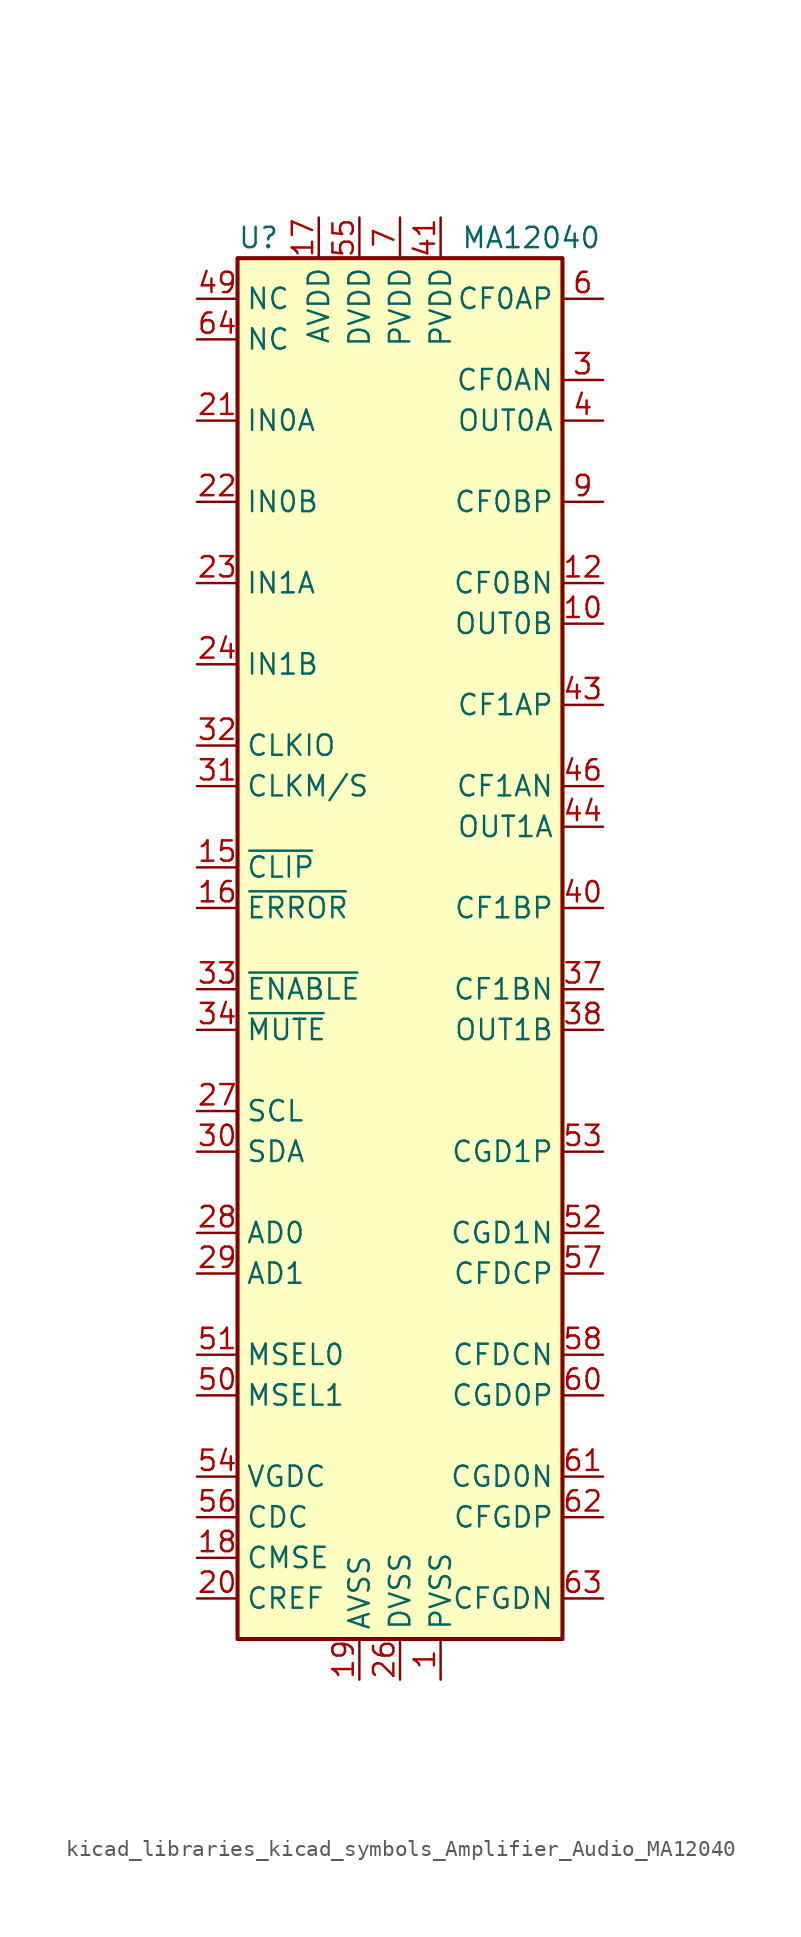
<source format=kicad_sym>
(kicad_symbol_lib
  (version 20220914)
  (generator kicad_symbol_editor)
  (symbol "kicad_libraries_kicad_symbols_Amplifier_Audio_MA12040"
    (property "Reference" "U"
      (at -10.16 44.45 0)
      (effects (font (size 1.27 1.27)) (justify left)))
    (property "Value" "MA12040"
      (at 3.81 44.45 0)
      (effects (font (size 1.27 1.27)) (justify left)))
    (symbol "kicad_libraries_kicad_symbols_Amplifier_Audio_MA12040_0_1"
      (rectangle (start -10.16 -43.18) (end 10.16 43.18) (stroke (width 0.254) (type default)) (fill (type background))))
    (symbol "kicad_libraries_kicad_symbols_Amplifier_Audio_MA12040_1_1"
      (pin power_in line (at 2.54 -45.72 90) (length 2.54) (name "PVSS" (effects (font (size 1.27 1.27)))) (number "1" (effects (font (size 1.27 1.27)))))
      (pin output line (at 12.7 20.32 180) (length 2.54) (name "OUT0B" (effects (font (size 1.27 1.27)))) (number "10" (effects (font (size 1.27 1.27)))))
      (pin passive line (at 12.7 20.32 180) (length 2.54) hide (name "OUT0B" (effects (font (size 1.27 1.27)))) (number "11" (effects (font (size 1.27 1.27)))))
      (pin passive line (at 12.7 22.86 180) (length 2.54) (name "CF0BN" (effects (font (size 1.27 1.27)))) (number "12" (effects (font (size 1.27 1.27)))))
      (pin passive line (at 2.54 -45.72 90) (length 2.54) hide (name "PVSS" (effects (font (size 1.27 1.27)))) (number "13" (effects (font (size 1.27 1.27)))))
      (pin passive line (at 2.54 -45.72 90) (length 2.54) hide (name "PVSS" (effects (font (size 1.27 1.27)))) (number "14" (effects (font (size 1.27 1.27)))))
      (pin output line (at -12.7 5.08 0) (length 2.54) (name "~{CLIP}" (effects (font (size 1.27 1.27)))) (number "15" (effects (font (size 1.27 1.27)))))
      (pin output line (at -12.7 2.54 0) (length 2.54) (name "~{ERROR}" (effects (font (size 1.27 1.27)))) (number "16" (effects (font (size 1.27 1.27)))))
      (pin power_in line (at -5.08 45.72 270) (length 2.54) (name "AVDD" (effects (font (size 1.27 1.27)))) (number "17" (effects (font (size 1.27 1.27)))))
      (pin passive line (at -12.7 -38.1 0) (length 2.54) (name "CMSE" (effects (font (size 1.27 1.27)))) (number "18" (effects (font (size 1.27 1.27)))))
      (pin power_in line (at -2.54 -45.72 90) (length 2.54) (name "AVSS" (effects (font (size 1.27 1.27)))) (number "19" (effects (font (size 1.27 1.27)))))
      (pin passive line (at 2.54 -45.72 90) (length 2.54) hide (name "PVSS" (effects (font (size 1.27 1.27)))) (number "2" (effects (font (size 1.27 1.27)))))
      (pin passive line (at -12.7 -40.64 0) (length 2.54) (name "CREF" (effects (font (size 1.27 1.27)))) (number "20" (effects (font (size 1.27 1.27)))))
      (pin input line (at -12.7 33.02 0) (length 2.54) (name "IN0A" (effects (font (size 1.27 1.27)))) (number "21" (effects (font (size 1.27 1.27)))))
      (pin input line (at -12.7 27.94 0) (length 2.54) (name "IN0B" (effects (font (size 1.27 1.27)))) (number "22" (effects (font (size 1.27 1.27)))))
      (pin input line (at -12.7 22.86 0) (length 2.54) (name "IN1A" (effects (font (size 1.27 1.27)))) (number "23" (effects (font (size 1.27 1.27)))))
      (pin input line (at -12.7 17.78 0) (length 2.54) (name "IN1B" (effects (font (size 1.27 1.27)))) (number "24" (effects (font (size 1.27 1.27)))))
      (pin passive line (at -2.54 -45.72 90) (length 2.54) hide (name "AVSS" (effects (font (size 1.27 1.27)))) (number "25" (effects (font (size 1.27 1.27)))))
      (pin power_in line (at 0 -45.72 90) (length 2.54) (name "DVSS" (effects (font (size 1.27 1.27)))) (number "26" (effects (font (size 1.27 1.27)))))
      (pin input line (at -12.7 -10.16 0) (length 2.54) (name "SCL" (effects (font (size 1.27 1.27)))) (number "27" (effects (font (size 1.27 1.27)))))
      (pin input line (at -12.7 -17.78 0) (length 2.54) (name "AD0" (effects (font (size 1.27 1.27)))) (number "28" (effects (font (size 1.27 1.27)))))
      (pin input line (at -12.7 -20.32 0) (length 2.54) (name "AD1" (effects (font (size 1.27 1.27)))) (number "29" (effects (font (size 1.27 1.27)))))
      (pin passive line (at 12.7 35.56 180) (length 2.54) (name "CF0AN" (effects (font (size 1.27 1.27)))) (number "3" (effects (font (size 1.27 1.27)))))
      (pin bidirectional line (at -12.7 -12.7 0) (length 2.54) (name "SDA" (effects (font (size 1.27 1.27)))) (number "30" (effects (font (size 1.27 1.27)))))
      (pin input line (at -12.7 10.16 0) (length 2.54) (name "CLKM/S" (effects (font (size 1.27 1.27)))) (number "31" (effects (font (size 1.27 1.27)))))
      (pin bidirectional line (at -12.7 12.7 0) (length 2.54) (name "CLKIO" (effects (font (size 1.27 1.27)))) (number "32" (effects (font (size 1.27 1.27)))))
      (pin input line (at -12.7 -2.54 0) (length 2.54) (name "~{ENABLE}" (effects (font (size 1.27 1.27)))) (number "33" (effects (font (size 1.27 1.27)))))
      (pin input line (at -12.7 -5.08 0) (length 2.54) (name "~{MUTE}" (effects (font (size 1.27 1.27)))) (number "34" (effects (font (size 1.27 1.27)))))
      (pin passive line (at 2.54 -45.72 90) (length 2.54) hide (name "PVSS" (effects (font (size 1.27 1.27)))) (number "35" (effects (font (size 1.27 1.27)))))
      (pin passive line (at 2.54 -45.72 90) (length 2.54) hide (name "PVSS" (effects (font (size 1.27 1.27)))) (number "36" (effects (font (size 1.27 1.27)))))
      (pin passive line (at 12.7 -2.54 180) (length 2.54) (name "CF1BN" (effects (font (size 1.27 1.27)))) (number "37" (effects (font (size 1.27 1.27)))))
      (pin output line (at 12.7 -5.08 180) (length 2.54) (name "OUT1B" (effects (font (size 1.27 1.27)))) (number "38" (effects (font (size 1.27 1.27)))))
      (pin passive line (at 12.7 -5.08 180) (length 2.54) hide (name "OUT1B" (effects (font (size 1.27 1.27)))) (number "39" (effects (font (size 1.27 1.27)))))
      (pin output line (at 12.7 33.02 180) (length 2.54) (name "OUT0A" (effects (font (size 1.27 1.27)))) (number "4" (effects (font (size 1.27 1.27)))))
      (pin passive line (at 12.7 2.54 180) (length 2.54) (name "CF1BP" (effects (font (size 1.27 1.27)))) (number "40" (effects (font (size 1.27 1.27)))))
      (pin power_in line (at 2.54 45.72 270) (length 2.54) (name "PVDD" (effects (font (size 1.27 1.27)))) (number "41" (effects (font (size 1.27 1.27)))))
      (pin passive line (at 2.54 45.72 270) (length 2.54) hide (name "PVDD" (effects (font (size 1.27 1.27)))) (number "42" (effects (font (size 1.27 1.27)))))
      (pin passive line (at 12.7 15.24 180) (length 2.54) (name "CF1AP" (effects (font (size 1.27 1.27)))) (number "43" (effects (font (size 1.27 1.27)))))
      (pin output line (at 12.7 7.62 180) (length 2.54) (name "OUT1A" (effects (font (size 1.27 1.27)))) (number "44" (effects (font (size 1.27 1.27)))))
      (pin passive line (at 12.7 7.62 180) (length 2.54) hide (name "OUT1A" (effects (font (size 1.27 1.27)))) (number "45" (effects (font (size 1.27 1.27)))))
      (pin passive line (at 12.7 10.16 180) (length 2.54) (name "CF1AN" (effects (font (size 1.27 1.27)))) (number "46" (effects (font (size 1.27 1.27)))))
      (pin passive line (at 2.54 -45.72 90) (length 2.54) hide (name "PVSS" (effects (font (size 1.27 1.27)))) (number "47" (effects (font (size 1.27 1.27)))))
      (pin passive line (at 2.54 -45.72 90) (length 2.54) hide (name "PVSS" (effects (font (size 1.27 1.27)))) (number "48" (effects (font (size 1.27 1.27)))))
      (pin passive line (at -12.7 40.64 0) (length 2.54) (name "NC" (effects (font (size 1.27 1.27)))) (number "49" (effects (font (size 1.27 1.27)))))
      (pin passive line (at 12.7 33.02 180) (length 2.54) hide (name "OUT0A" (effects (font (size 1.27 1.27)))) (number "5" (effects (font (size 1.27 1.27)))))
      (pin input line (at -12.7 -27.94 0) (length 2.54) (name "MSEL1" (effects (font (size 1.27 1.27)))) (number "50" (effects (font (size 1.27 1.27)))))
      (pin input line (at -12.7 -25.4 0) (length 2.54) (name "MSEL0" (effects (font (size 1.27 1.27)))) (number "51" (effects (font (size 1.27 1.27)))))
      (pin passive line (at 12.7 -17.78 180) (length 2.54) (name "CGD1N" (effects (font (size 1.27 1.27)))) (number "52" (effects (font (size 1.27 1.27)))))
      (pin passive line (at 12.7 -12.7 180) (length 2.54) (name "CGD1P" (effects (font (size 1.27 1.27)))) (number "53" (effects (font (size 1.27 1.27)))))
      (pin passive line (at -12.7 -33.02 0) (length 2.54) (name "VGDC" (effects (font (size 1.27 1.27)))) (number "54" (effects (font (size 1.27 1.27)))))
      (pin power_in line (at -2.54 45.72 270) (length 2.54) (name "DVDD" (effects (font (size 1.27 1.27)))) (number "55" (effects (font (size 1.27 1.27)))))
      (pin passive line (at -12.7 -35.56 0) (length 2.54) (name "CDC" (effects (font (size 1.27 1.27)))) (number "56" (effects (font (size 1.27 1.27)))))
      (pin passive line (at 12.7 -20.32 180) (length 2.54) (name "CFDCP" (effects (font (size 1.27 1.27)))) (number "57" (effects (font (size 1.27 1.27)))))
      (pin passive line (at 12.7 -25.4 180) (length 2.54) (name "CFDCN" (effects (font (size 1.27 1.27)))) (number "58" (effects (font (size 1.27 1.27)))))
      (pin passive line (at 0 -45.72 90) (length 2.54) hide (name "DVSS" (effects (font (size 1.27 1.27)))) (number "59" (effects (font (size 1.27 1.27)))))
      (pin passive line (at 12.7 40.64 180) (length 2.54) (name "CF0AP" (effects (font (size 1.27 1.27)))) (number "6" (effects (font (size 1.27 1.27)))))
      (pin passive line (at 12.7 -27.94 180) (length 2.54) (name "CGD0P" (effects (font (size 1.27 1.27)))) (number "60" (effects (font (size 1.27 1.27)))))
      (pin passive line (at 12.7 -33.02 180) (length 2.54) (name "CGD0N" (effects (font (size 1.27 1.27)))) (number "61" (effects (font (size 1.27 1.27)))))
      (pin passive line (at 12.7 -35.56 180) (length 2.54) (name "CFGDP" (effects (font (size 1.27 1.27)))) (number "62" (effects (font (size 1.27 1.27)))))
      (pin passive line (at 12.7 -40.64 180) (length 2.54) (name "CFGDN" (effects (font (size 1.27 1.27)))) (number "63" (effects (font (size 1.27 1.27)))))
      (pin passive line (at -12.7 38.1 0) (length 2.54) (name "NC" (effects (font (size 1.27 1.27)))) (number "64" (effects (font (size 1.27 1.27)))))
      (pin power_in line (at 0 45.72 270) (length 2.54) (name "PVDD" (effects (font (size 1.27 1.27)))) (number "7" (effects (font (size 1.27 1.27)))))
      (pin passive line (at 0 45.72 270) (length 2.54) hide (name "PVDD" (effects (font (size 1.27 1.27)))) (number "8" (effects (font (size 1.27 1.27)))))
      (pin passive line (at 12.7 27.94 180) (length 2.54) (name "CF0BP" (effects (font (size 1.27 1.27)))) (number "9" (effects (font (size 1.27 1.27))))))))
</source>
